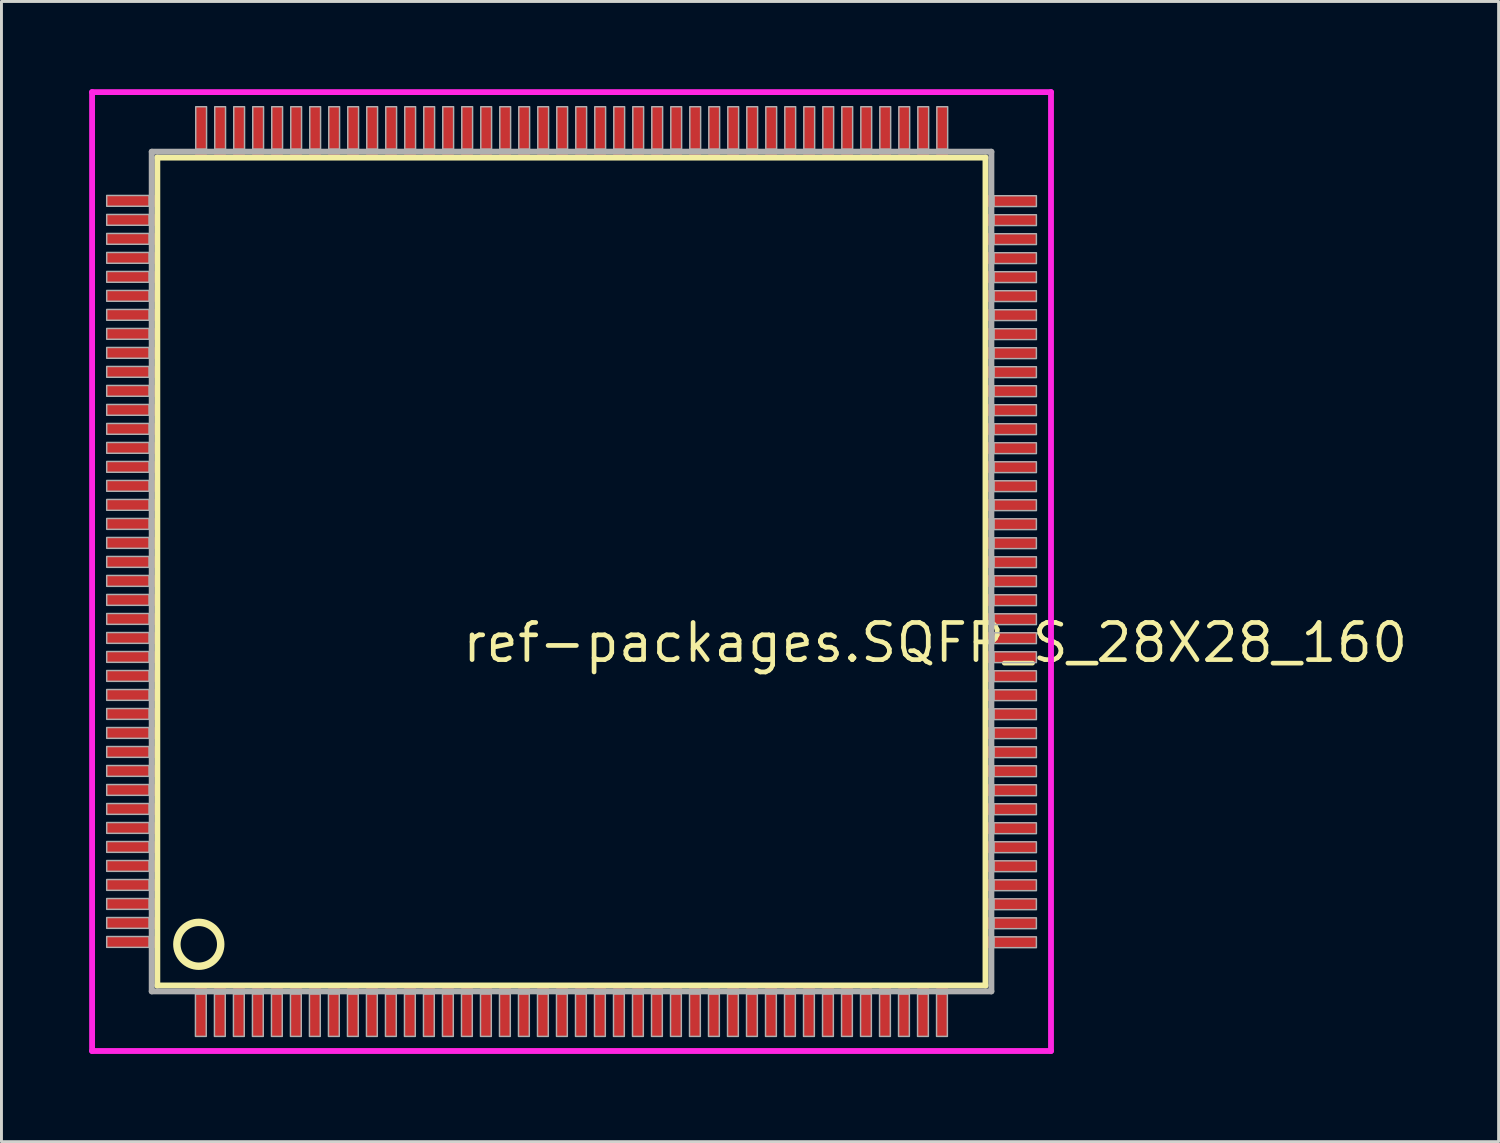
<source format=kicad_pcb>
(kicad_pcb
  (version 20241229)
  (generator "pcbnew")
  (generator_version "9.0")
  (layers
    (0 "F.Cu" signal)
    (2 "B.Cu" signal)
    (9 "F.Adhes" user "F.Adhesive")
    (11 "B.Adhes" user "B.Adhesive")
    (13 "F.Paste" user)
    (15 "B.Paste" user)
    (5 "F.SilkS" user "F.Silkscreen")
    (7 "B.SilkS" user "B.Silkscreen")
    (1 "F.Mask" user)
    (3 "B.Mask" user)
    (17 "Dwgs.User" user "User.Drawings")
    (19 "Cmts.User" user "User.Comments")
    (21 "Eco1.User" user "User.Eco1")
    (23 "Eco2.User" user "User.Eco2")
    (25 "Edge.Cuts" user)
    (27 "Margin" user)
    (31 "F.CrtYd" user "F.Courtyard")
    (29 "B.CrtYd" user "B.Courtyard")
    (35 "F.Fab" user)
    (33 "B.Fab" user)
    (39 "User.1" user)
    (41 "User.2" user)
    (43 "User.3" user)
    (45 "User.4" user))
  (footprint "ref-packages.SQFP_S_28X28_160"
    (layer "F.Cu")
    (at 16.5 16.5)
    (property "Reference" "ref-packages.SQFP_S_28X28_160" (at -3.81 3.175 0) (layer "F.SilkS") (effects (font (size 1.27 1.27) (thickness 0.16)) (justify left bottom)))
    (attr smd)
    (fp_line (start -14.17 -14.16) (end 14.16 -14.16) (stroke (width 0.203) (type default)) (layer "F.SilkS"))
    (fp_line (start -14.17 14.16) (end -14.17 -14.16) (stroke (width 0.203) (type default)) (layer "F.SilkS"))
    (fp_line (start 14.16 -14.16) (end 14.16 14.16) (stroke (width 0.203) (type default)) (layer "F.SilkS"))
    (fp_line (start 14.16 14.16) (end -14.17 14.16) (stroke (width 0.203) (type default)) (layer "F.SilkS"))
    (fp_circle (center -12.75 12.75) (end -12 12.75) (stroke (width 0.254) (type default)) (fill no) (layer "F.SilkS"))
    (fp_line (start -16.4 -16.4) (end 16.4 -16.4) (stroke (width 0.2) (type default)) (layer "F.CrtYd"))
    (fp_line (start -16.4 16.4) (end -16.4 -16.4) (stroke (width 0.2) (type default)) (layer "F.CrtYd"))
    (fp_line (start 16.4 -16.4) (end 16.4 16.4) (stroke (width 0.2) (type default)) (layer "F.CrtYd"))
    (fp_line (start 16.4 16.4) (end -16.4 16.4) (stroke (width 0.2) (type default)) (layer "F.CrtYd"))
    (fp_line (start -14.36 -14.36) (end -14.36 14.36) (stroke (width 0.203) (type default)) (layer "F.Fab"))
    (fp_line (start -14.36 14.36) (end 14.36 14.36) (stroke (width 0.203) (type default)) (layer "F.Fab"))
    (fp_line (start 14.36 -14.36) (end -14.36 -14.36) (stroke (width 0.203) (type default)) (layer "F.Fab"))
    (fp_line (start 14.36 14.36) (end 14.36 -14.36) (stroke (width 0.203) (type default)) (layer "F.Fab"))
    (fp_rect (start -15.9 -12.495) (end -14.45 -12.865) (stroke (width 0.05) (type default)) (fill no) (layer "F.Fab"))
    (fp_rect (start -15.9 -11.845) (end -14.45 -12.215) (stroke (width 0.05) (type default)) (fill no) (layer "F.Fab"))
    (fp_rect (start -15.9 -11.195) (end -14.45 -11.565) (stroke (width 0.05) (type default)) (fill no) (layer "F.Fab"))
    (fp_rect (start -15.9 -10.545) (end -14.45 -10.915) (stroke (width 0.05) (type default)) (fill no) (layer "F.Fab"))
    (fp_rect (start -15.9 -9.895) (end -14.45 -10.265) (stroke (width 0.05) (type default)) (fill no) (layer "F.Fab"))
    (fp_rect (start -15.9 -9.245) (end -14.45 -9.615) (stroke (width 0.05) (type default)) (fill no) (layer "F.Fab"))
    (fp_rect (start -15.9 -8.595) (end -14.45 -8.965) (stroke (width 0.05) (type default)) (fill no) (layer "F.Fab"))
    (fp_rect (start -15.9 -7.945) (end -14.45 -8.315) (stroke (width 0.05) (type default)) (fill no) (layer "F.Fab"))
    (fp_rect (start -15.9 -7.295) (end -14.45 -7.665) (stroke (width 0.05) (type default)) (fill no) (layer "F.Fab"))
    (fp_rect (start -15.9 -6.645) (end -14.45 -7.015) (stroke (width 0.05) (type default)) (fill no) (layer "F.Fab"))
    (fp_rect (start -15.9 -5.995) (end -14.45 -6.365) (stroke (width 0.05) (type default)) (fill no) (layer "F.Fab"))
    (fp_rect (start -15.9 -5.345) (end -14.45 -5.715) (stroke (width 0.05) (type default)) (fill no) (layer "F.Fab"))
    (fp_rect (start -15.9 -4.695) (end -14.45 -5.065) (stroke (width 0.05) (type default)) (fill no) (layer "F.Fab"))
    (fp_rect (start -15.9 -4.045) (end -14.45 -4.415) (stroke (width 0.05) (type default)) (fill no) (layer "F.Fab"))
    (fp_rect (start -15.9 -3.395) (end -14.45 -3.765) (stroke (width 0.05) (type default)) (fill no) (layer "F.Fab"))
    (fp_rect (start -15.9 -2.745) (end -14.45 -3.115) (stroke (width 0.05) (type default)) (fill no) (layer "F.Fab"))
    (fp_rect (start -15.9 -2.095) (end -14.45 -2.465) (stroke (width 0.05) (type default)) (fill no) (layer "F.Fab"))
    (fp_rect (start -15.9 -1.445) (end -14.45 -1.815) (stroke (width 0.05) (type default)) (fill no) (layer "F.Fab"))
    (fp_rect (start -15.9 -0.795) (end -14.45 -1.165) (stroke (width 0.05) (type default)) (fill no) (layer "F.Fab"))
    (fp_rect (start -15.9 -0.145) (end -14.45 -0.515) (stroke (width 0.05) (type default)) (fill no) (layer "F.Fab"))
    (fp_rect (start -15.9 0.505) (end -14.45 0.135) (stroke (width 0.05) (type default)) (fill no) (layer "F.Fab"))
    (fp_rect (start -15.9 1.155) (end -14.45 0.785) (stroke (width 0.05) (type default)) (fill no) (layer "F.Fab"))
    (fp_rect (start -15.9 1.805) (end -14.45 1.435) (stroke (width 0.05) (type default)) (fill no) (layer "F.Fab"))
    (fp_rect (start -15.9 2.455) (end -14.45 2.085) (stroke (width 0.05) (type default)) (fill no) (layer "F.Fab"))
    (fp_rect (start -15.9 3.105) (end -14.45 2.735) (stroke (width 0.05) (type default)) (fill no) (layer "F.Fab"))
    (fp_rect (start -15.9 3.755) (end -14.45 3.385) (stroke (width 0.05) (type default)) (fill no) (layer "F.Fab"))
    (fp_rect (start -15.9 4.405) (end -14.45 4.035) (stroke (width 0.05) (type default)) (fill no) (layer "F.Fab"))
    (fp_rect (start -15.9 5.055) (end -14.45 4.685) (stroke (width 0.05) (type default)) (fill no) (layer "F.Fab"))
    (fp_rect (start -15.9 5.705) (end -14.45 5.335) (stroke (width 0.05) (type default)) (fill no) (layer "F.Fab"))
    (fp_rect (start -15.9 6.355) (end -14.45 5.985) (stroke (width 0.05) (type default)) (fill no) (layer "F.Fab"))
    (fp_rect (start -15.9 7.005) (end -14.45 6.635) (stroke (width 0.05) (type default)) (fill no) (layer "F.Fab"))
    (fp_rect (start -15.9 7.655) (end -14.45 7.285) (stroke (width 0.05) (type default)) (fill no) (layer "F.Fab"))
    (fp_rect (start -15.9 8.305) (end -14.45 7.935) (stroke (width 0.05) (type default)) (fill no) (layer "F.Fab"))
    (fp_rect (start -15.9 8.955) (end -14.45 8.585) (stroke (width 0.05) (type default)) (fill no) (layer "F.Fab"))
    (fp_rect (start -15.9 9.605) (end -14.45 9.235) (stroke (width 0.05) (type default)) (fill no) (layer "F.Fab"))
    (fp_rect (start -15.9 10.255) (end -14.45 9.885) (stroke (width 0.05) (type default)) (fill no) (layer "F.Fab"))
    (fp_rect (start -15.9 10.905) (end -14.45 10.535) (stroke (width 0.05) (type default)) (fill no) (layer "F.Fab"))
    (fp_rect (start -15.9 11.555) (end -14.45 11.185) (stroke (width 0.05) (type default)) (fill no) (layer "F.Fab"))
    (fp_rect (start -15.9 12.205) (end -14.45 11.835) (stroke (width 0.05) (type default)) (fill no) (layer "F.Fab"))
    (fp_rect (start -15.9 12.855) (end -14.45 12.485) (stroke (width 0.05) (type default)) (fill no) (layer "F.Fab"))
    (fp_rect (start -12.865 15.9) (end -12.495 14.45) (stroke (width 0.05) (type default)) (fill no) (layer "F.Fab"))
    (fp_rect (start -12.855 -14.45) (end -12.485 -15.9) (stroke (width 0.05) (type default)) (fill no) (layer "F.Fab"))
    (fp_rect (start -12.215 15.9) (end -11.845 14.45) (stroke (width 0.05) (type default)) (fill no) (layer "F.Fab"))
    (fp_rect (start -12.205 -14.45) (end -11.835 -15.9) (stroke (width 0.05) (type default)) (fill no) (layer "F.Fab"))
    (fp_rect (start -11.565 15.9) (end -11.195 14.45) (stroke (width 0.05) (type default)) (fill no) (layer "F.Fab"))
    (fp_rect (start -11.555 -14.45) (end -11.185 -15.9) (stroke (width 0.05) (type default)) (fill no) (layer "F.Fab"))
    (fp_rect (start -10.915 15.9) (end -10.545 14.45) (stroke (width 0.05) (type default)) (fill no) (layer "F.Fab"))
    (fp_rect (start -10.905 -14.45) (end -10.535 -15.9) (stroke (width 0.05) (type default)) (fill no) (layer "F.Fab"))
    (fp_rect (start -10.265 15.9) (end -9.895 14.45) (stroke (width 0.05) (type default)) (fill no) (layer "F.Fab"))
    (fp_rect (start -10.255 -14.45) (end -9.885 -15.9) (stroke (width 0.05) (type default)) (fill no) (layer "F.Fab"))
    (fp_rect (start -9.615 15.9) (end -9.245 14.45) (stroke (width 0.05) (type default)) (fill no) (layer "F.Fab"))
    (fp_rect (start -9.605 -14.45) (end -9.235 -15.9) (stroke (width 0.05) (type default)) (fill no) (layer "F.Fab"))
    (fp_rect (start -8.965 15.9) (end -8.595 14.45) (stroke (width 0.05) (type default)) (fill no) (layer "F.Fab"))
    (fp_rect (start -8.955 -14.45) (end -8.585 -15.9) (stroke (width 0.05) (type default)) (fill no) (layer "F.Fab"))
    (fp_rect (start -8.315 15.9) (end -7.945 14.45) (stroke (width 0.05) (type default)) (fill no) (layer "F.Fab"))
    (fp_rect (start -8.305 -14.45) (end -7.935 -15.9) (stroke (width 0.05) (type default)) (fill no) (layer "F.Fab"))
    (fp_rect (start -7.665 15.9) (end -7.295 14.45) (stroke (width 0.05) (type default)) (fill no) (layer "F.Fab"))
    (fp_rect (start -7.655 -14.45) (end -7.285 -15.9) (stroke (width 0.05) (type default)) (fill no) (layer "F.Fab"))
    (fp_rect (start -7.015 15.9) (end -6.645 14.45) (stroke (width 0.05) (type default)) (fill no) (layer "F.Fab"))
    (fp_rect (start -7.005 -14.45) (end -6.635 -15.9) (stroke (width 0.05) (type default)) (fill no) (layer "F.Fab"))
    (fp_rect (start -6.365 15.9) (end -5.995 14.45) (stroke (width 0.05) (type default)) (fill no) (layer "F.Fab"))
    (fp_rect (start -6.355 -14.45) (end -5.985 -15.9) (stroke (width 0.05) (type default)) (fill no) (layer "F.Fab"))
    (fp_rect (start -5.715 15.9) (end -5.345 14.45) (stroke (width 0.05) (type default)) (fill no) (layer "F.Fab"))
    (fp_rect (start -5.705 -14.45) (end -5.335 -15.9) (stroke (width 0.05) (type default)) (fill no) (layer "F.Fab"))
    (fp_rect (start -5.065 15.9) (end -4.695 14.45) (stroke (width 0.05) (type default)) (fill no) (layer "F.Fab"))
    (fp_rect (start -5.055 -14.45) (end -4.685 -15.9) (stroke (width 0.05) (type default)) (fill no) (layer "F.Fab"))
    (fp_rect (start -4.415 15.9) (end -4.045 14.45) (stroke (width 0.05) (type default)) (fill no) (layer "F.Fab"))
    (fp_rect (start -4.405 -14.45) (end -4.035 -15.9) (stroke (width 0.05) (type default)) (fill no) (layer "F.Fab"))
    (fp_rect (start -3.765 15.9) (end -3.395 14.45) (stroke (width 0.05) (type default)) (fill no) (layer "F.Fab"))
    (fp_rect (start -3.755 -14.45) (end -3.385 -15.9) (stroke (width 0.05) (type default)) (fill no) (layer "F.Fab"))
    (fp_rect (start -3.115 15.9) (end -2.745 14.45) (stroke (width 0.05) (type default)) (fill no) (layer "F.Fab"))
    (fp_rect (start -3.105 -14.45) (end -2.735 -15.9) (stroke (width 0.05) (type default)) (fill no) (layer "F.Fab"))
    (fp_rect (start -2.465 15.9) (end -2.095 14.45) (stroke (width 0.05) (type default)) (fill no) (layer "F.Fab"))
    (fp_rect (start -2.455 -14.45) (end -2.085 -15.9) (stroke (width 0.05) (type default)) (fill no) (layer "F.Fab"))
    (fp_rect (start -1.815 15.9) (end -1.445 14.45) (stroke (width 0.05) (type default)) (fill no) (layer "F.Fab"))
    (fp_rect (start -1.805 -14.45) (end -1.435 -15.9) (stroke (width 0.05) (type default)) (fill no) (layer "F.Fab"))
    (fp_rect (start -1.165 15.9) (end -0.795 14.45) (stroke (width 0.05) (type default)) (fill no) (layer "F.Fab"))
    (fp_rect (start -1.155 -14.45) (end -0.785 -15.9) (stroke (width 0.05) (type default)) (fill no) (layer "F.Fab"))
    (fp_rect (start -0.515 15.9) (end -0.145 14.45) (stroke (width 0.05) (type default)) (fill no) (layer "F.Fab"))
    (fp_rect (start -0.505 -14.45) (end -0.135 -15.9) (stroke (width 0.05) (type default)) (fill no) (layer "F.Fab"))
    (fp_rect (start 0.135 15.9) (end 0.505 14.45) (stroke (width 0.05) (type default)) (fill no) (layer "F.Fab"))
    (fp_rect (start 0.145 -14.45) (end 0.515 -15.9) (stroke (width 0.05) (type default)) (fill no) (layer "F.Fab"))
    (fp_rect (start 0.785 15.9) (end 1.155 14.45) (stroke (width 0.05) (type default)) (fill no) (layer "F.Fab"))
    (fp_rect (start 0.795 -14.45) (end 1.165 -15.9) (stroke (width 0.05) (type default)) (fill no) (layer "F.Fab"))
    (fp_rect (start 1.435 15.9) (end 1.805 14.45) (stroke (width 0.05) (type default)) (fill no) (layer "F.Fab"))
    (fp_rect (start 1.445 -14.45) (end 1.815 -15.9) (stroke (width 0.05) (type default)) (fill no) (layer "F.Fab"))
    (fp_rect (start 2.085 15.9) (end 2.455 14.45) (stroke (width 0.05) (type default)) (fill no) (layer "F.Fab"))
    (fp_rect (start 2.095 -14.45) (end 2.465 -15.9) (stroke (width 0.05) (type default)) (fill no) (layer "F.Fab"))
    (fp_rect (start 2.735 15.9) (end 3.105 14.45) (stroke (width 0.05) (type default)) (fill no) (layer "F.Fab"))
    (fp_rect (start 2.745 -14.45) (end 3.115 -15.9) (stroke (width 0.05) (type default)) (fill no) (layer "F.Fab"))
    (fp_rect (start 3.385 15.9) (end 3.755 14.45) (stroke (width 0.05) (type default)) (fill no) (layer "F.Fab"))
    (fp_rect (start 3.395 -14.45) (end 3.765 -15.9) (stroke (width 0.05) (type default)) (fill no) (layer "F.Fab"))
    (fp_rect (start 4.035 15.9) (end 4.405 14.45) (stroke (width 0.05) (type default)) (fill no) (layer "F.Fab"))
    (fp_rect (start 4.045 -14.45) (end 4.415 -15.9) (stroke (width 0.05) (type default)) (fill no) (layer "F.Fab"))
    (fp_rect (start 4.685 15.9) (end 5.055 14.45) (stroke (width 0.05) (type default)) (fill no) (layer "F.Fab"))
    (fp_rect (start 4.695 -14.45) (end 5.065 -15.9) (stroke (width 0.05) (type default)) (fill no) (layer "F.Fab"))
    (fp_rect (start 5.335 15.9) (end 5.705 14.45) (stroke (width 0.05) (type default)) (fill no) (layer "F.Fab"))
    (fp_rect (start 5.345 -14.45) (end 5.715 -15.9) (stroke (width 0.05) (type default)) (fill no) (layer "F.Fab"))
    (fp_rect (start 5.985 15.9) (end 6.355 14.45) (stroke (width 0.05) (type default)) (fill no) (layer "F.Fab"))
    (fp_rect (start 5.995 -14.45) (end 6.365 -15.9) (stroke (width 0.05) (type default)) (fill no) (layer "F.Fab"))
    (fp_rect (start 6.635 15.9) (end 7.005 14.45) (stroke (width 0.05) (type default)) (fill no) (layer "F.Fab"))
    (fp_rect (start 6.645 -14.45) (end 7.015 -15.9) (stroke (width 0.05) (type default)) (fill no) (layer "F.Fab"))
    (fp_rect (start 7.285 15.9) (end 7.655 14.45) (stroke (width 0.05) (type default)) (fill no) (layer "F.Fab"))
    (fp_rect (start 7.295 -14.45) (end 7.665 -15.9) (stroke (width 0.05) (type default)) (fill no) (layer "F.Fab"))
    (fp_rect (start 7.935 15.9) (end 8.305 14.45) (stroke (width 0.05) (type default)) (fill no) (layer "F.Fab"))
    (fp_rect (start 7.945 -14.45) (end 8.315 -15.9) (stroke (width 0.05) (type default)) (fill no) (layer "F.Fab"))
    (fp_rect (start 8.585 15.9) (end 8.955 14.45) (stroke (width 0.05) (type default)) (fill no) (layer "F.Fab"))
    (fp_rect (start 8.595 -14.45) (end 8.965 -15.9) (stroke (width 0.05) (type default)) (fill no) (layer "F.Fab"))
    (fp_rect (start 9.235 15.9) (end 9.605 14.45) (stroke (width 0.05) (type default)) (fill no) (layer "F.Fab"))
    (fp_rect (start 9.245 -14.45) (end 9.615 -15.9) (stroke (width 0.05) (type default)) (fill no) (layer "F.Fab"))
    (fp_rect (start 9.885 15.9) (end 10.255 14.45) (stroke (width 0.05) (type default)) (fill no) (layer "F.Fab"))
    (fp_rect (start 9.895 -14.45) (end 10.265 -15.9) (stroke (width 0.05) (type default)) (fill no) (layer "F.Fab"))
    (fp_rect (start 10.535 15.9) (end 10.905 14.45) (stroke (width 0.05) (type default)) (fill no) (layer "F.Fab"))
    (fp_rect (start 10.545 -14.45) (end 10.915 -15.9) (stroke (width 0.05) (type default)) (fill no) (layer "F.Fab"))
    (fp_rect (start 11.185 15.9) (end 11.555 14.45) (stroke (width 0.05) (type default)) (fill no) (layer "F.Fab"))
    (fp_rect (start 11.195 -14.45) (end 11.565 -15.9) (stroke (width 0.05) (type default)) (fill no) (layer "F.Fab"))
    (fp_rect (start 11.835 15.9) (end 12.205 14.45) (stroke (width 0.05) (type default)) (fill no) (layer "F.Fab"))
    (fp_rect (start 11.845 -14.45) (end 12.215 -15.9) (stroke (width 0.05) (type default)) (fill no) (layer "F.Fab"))
    (fp_rect (start 12.485 15.9) (end 12.855 14.45) (stroke (width 0.05) (type default)) (fill no) (layer "F.Fab"))
    (fp_rect (start 12.495 -14.45) (end 12.865 -15.9) (stroke (width 0.05) (type default)) (fill no) (layer "F.Fab"))
    (fp_rect (start 14.45 -12.485) (end 15.9 -12.855) (stroke (width 0.05) (type default)) (fill no) (layer "F.Fab"))
    (fp_rect (start 14.45 -11.835) (end 15.9 -12.205) (stroke (width 0.05) (type default)) (fill no) (layer "F.Fab"))
    (fp_rect (start 14.45 -11.185) (end 15.9 -11.555) (stroke (width 0.05) (type default)) (fill no) (layer "F.Fab"))
    (fp_rect (start 14.45 -10.535) (end 15.9 -10.905) (stroke (width 0.05) (type default)) (fill no) (layer "F.Fab"))
    (fp_rect (start 14.45 -9.885) (end 15.9 -10.255) (stroke (width 0.05) (type default)) (fill no) (layer "F.Fab"))
    (fp_rect (start 14.45 -9.235) (end 15.9 -9.605) (stroke (width 0.05) (type default)) (fill no) (layer "F.Fab"))
    (fp_rect (start 14.45 -8.585) (end 15.9 -8.955) (stroke (width 0.05) (type default)) (fill no) (layer "F.Fab"))
    (fp_rect (start 14.45 -7.935) (end 15.9 -8.305) (stroke (width 0.05) (type default)) (fill no) (layer "F.Fab"))
    (fp_rect (start 14.45 -7.285) (end 15.9 -7.655) (stroke (width 0.05) (type default)) (fill no) (layer "F.Fab"))
    (fp_rect (start 14.45 -6.635) (end 15.9 -7.005) (stroke (width 0.05) (type default)) (fill no) (layer "F.Fab"))
    (fp_rect (start 14.45 -5.985) (end 15.9 -6.355) (stroke (width 0.05) (type default)) (fill no) (layer "F.Fab"))
    (fp_rect (start 14.45 -5.335) (end 15.9 -5.705) (stroke (width 0.05) (type default)) (fill no) (layer "F.Fab"))
    (fp_rect (start 14.45 -4.685) (end 15.9 -5.055) (stroke (width 0.05) (type default)) (fill no) (layer "F.Fab"))
    (fp_rect (start 14.45 -4.035) (end 15.9 -4.405) (stroke (width 0.05) (type default)) (fill no) (layer "F.Fab"))
    (fp_rect (start 14.45 -3.385) (end 15.9 -3.755) (stroke (width 0.05) (type default)) (fill no) (layer "F.Fab"))
    (fp_rect (start 14.45 -2.735) (end 15.9 -3.105) (stroke (width 0.05) (type default)) (fill no) (layer "F.Fab"))
    (fp_rect (start 14.45 -2.085) (end 15.9 -2.455) (stroke (width 0.05) (type default)) (fill no) (layer "F.Fab"))
    (fp_rect (start 14.45 -1.435) (end 15.9 -1.805) (stroke (width 0.05) (type default)) (fill no) (layer "F.Fab"))
    (fp_rect (start 14.45 -0.785) (end 15.9 -1.155) (stroke (width 0.05) (type default)) (fill no) (layer "F.Fab"))
    (fp_rect (start 14.45 -0.135) (end 15.9 -0.505) (stroke (width 0.05) (type default)) (fill no) (layer "F.Fab"))
    (fp_rect (start 14.45 0.515) (end 15.9 0.145) (stroke (width 0.05) (type default)) (fill no) (layer "F.Fab"))
    (fp_rect (start 14.45 1.165) (end 15.9 0.795) (stroke (width 0.05) (type default)) (fill no) (layer "F.Fab"))
    (fp_rect (start 14.45 1.815) (end 15.9 1.445) (stroke (width 0.05) (type default)) (fill no) (layer "F.Fab"))
    (fp_rect (start 14.45 2.465) (end 15.9 2.095) (stroke (width 0.05) (type default)) (fill no) (layer "F.Fab"))
    (fp_rect (start 14.45 3.115) (end 15.9 2.745) (stroke (width 0.05) (type default)) (fill no) (layer "F.Fab"))
    (fp_rect (start 14.45 3.765) (end 15.9 3.395) (stroke (width 0.05) (type default)) (fill no) (layer "F.Fab"))
    (fp_rect (start 14.45 4.415) (end 15.9 4.045) (stroke (width 0.05) (type default)) (fill no) (layer "F.Fab"))
    (fp_rect (start 14.45 5.065) (end 15.9 4.695) (stroke (width 0.05) (type default)) (fill no) (layer "F.Fab"))
    (fp_rect (start 14.45 5.715) (end 15.9 5.345) (stroke (width 0.05) (type default)) (fill no) (layer "F.Fab"))
    (fp_rect (start 14.45 6.365) (end 15.9 5.995) (stroke (width 0.05) (type default)) (fill no) (layer "F.Fab"))
    (fp_rect (start 14.45 7.015) (end 15.9 6.645) (stroke (width 0.05) (type default)) (fill no) (layer "F.Fab"))
    (fp_rect (start 14.45 7.665) (end 15.9 7.295) (stroke (width 0.05) (type default)) (fill no) (layer "F.Fab"))
    (fp_rect (start 14.45 8.315) (end 15.9 7.945) (stroke (width 0.05) (type default)) (fill no) (layer "F.Fab"))
    (fp_rect (start 14.45 8.965) (end 15.9 8.595) (stroke (width 0.05) (type default)) (fill no) (layer "F.Fab"))
    (fp_rect (start 14.45 9.615) (end 15.9 9.245) (stroke (width 0.05) (type default)) (fill no) (layer "F.Fab"))
    (fp_rect (start 14.45 10.265) (end 15.9 9.895) (stroke (width 0.05) (type default)) (fill no) (layer "F.Fab"))
    (fp_rect (start 14.45 10.915) (end 15.9 10.545) (stroke (width 0.05) (type default)) (fill no) (layer "F.Fab"))
    (fp_rect (start 14.45 11.565) (end 15.9 11.195) (stroke (width 0.05) (type default)) (fill no) (layer "F.Fab"))
    (fp_rect (start 14.45 12.215) (end 15.9 11.845) (stroke (width 0.05) (type default)) (fill no) (layer "F.Fab"))
    (fp_rect (start 14.45 12.865) (end 15.9 12.495) (stroke (width 0.05) (type default)) (fill no) (layer "F.Fab"))
    (pad "1" smd roundrect (at -12.675 15) (size 0.4 1.8) (layers "F.Cu" "F.Mask" "F.Paste") (roundrect_rratio 0.01))
    (pad "2" smd roundrect (at -12.025 15) (size 0.4 1.8) (layers "F.Cu" "F.Mask" "F.Paste") (roundrect_rratio 0.01))
    (pad "3" smd roundrect (at -11.375 15) (size 0.4 1.8) (layers "F.Cu" "F.Mask" "F.Paste") (roundrect_rratio 0.01))
    (pad "4" smd roundrect (at -10.725 15) (size 0.4 1.8) (layers "F.Cu" "F.Mask" "F.Paste") (roundrect_rratio 0.01))
    (pad "5" smd roundrect (at -10.075 15) (size 0.4 1.8) (layers "F.Cu" "F.Mask" "F.Paste") (roundrect_rratio 0.01))
    (pad "6" smd roundrect (at -9.425 15) (size 0.4 1.8) (layers "F.Cu" "F.Mask" "F.Paste") (roundrect_rratio 0.01))
    (pad "7" smd roundrect (at -8.775 15) (size 0.4 1.8) (layers "F.Cu" "F.Mask" "F.Paste") (roundrect_rratio 0.01))
    (pad "8" smd roundrect (at -8.125 15) (size 0.4 1.8) (layers "F.Cu" "F.Mask" "F.Paste") (roundrect_rratio 0.01))
    (pad "9" smd roundrect (at -7.475 15) (size 0.4 1.8) (layers "F.Cu" "F.Mask" "F.Paste") (roundrect_rratio 0.01))
    (pad "10" smd roundrect (at -6.825 15) (size 0.4 1.8) (layers "F.Cu" "F.Mask" "F.Paste") (roundrect_rratio 0.01))
    (pad "11" smd roundrect (at -6.175 15) (size 0.4 1.8) (layers "F.Cu" "F.Mask" "F.Paste") (roundrect_rratio 0.01))
    (pad "12" smd roundrect (at -5.525 15) (size 0.4 1.8) (layers "F.Cu" "F.Mask" "F.Paste") (roundrect_rratio 0.01))
    (pad "13" smd roundrect (at -4.875 15) (size 0.4 1.8) (layers "F.Cu" "F.Mask" "F.Paste") (roundrect_rratio 0.01))
    (pad "14" smd roundrect (at -4.225 15) (size 0.4 1.8) (layers "F.Cu" "F.Mask" "F.Paste") (roundrect_rratio 0.01))
    (pad "15" smd roundrect (at -3.575 15) (size 0.4 1.8) (layers "F.Cu" "F.Mask" "F.Paste") (roundrect_rratio 0.01))
    (pad "16" smd roundrect (at -2.925 15) (size 0.4 1.8) (layers "F.Cu" "F.Mask" "F.Paste") (roundrect_rratio 0.01))
    (pad "17" smd roundrect (at -2.275 15) (size 0.4 1.8) (layers "F.Cu" "F.Mask" "F.Paste") (roundrect_rratio 0.01))
    (pad "18" smd roundrect (at -1.625 15) (size 0.4 1.8) (layers "F.Cu" "F.Mask" "F.Paste") (roundrect_rratio 0.01))
    (pad "19" smd roundrect (at -0.975 15) (size 0.4 1.8) (layers "F.Cu" "F.Mask" "F.Paste") (roundrect_rratio 0.01))
    (pad "20" smd roundrect (at -0.325 15) (size 0.4 1.8) (layers "F.Cu" "F.Mask" "F.Paste") (roundrect_rratio 0.01))
    (pad "21" smd roundrect (at 0.325 15) (size 0.4 1.8) (layers "F.Cu" "F.Mask" "F.Paste") (roundrect_rratio 0.01))
    (pad "22" smd roundrect (at 0.975 15) (size 0.4 1.8) (layers "F.Cu" "F.Mask" "F.Paste") (roundrect_rratio 0.01))
    (pad "23" smd roundrect (at 1.625 15) (size 0.4 1.8) (layers "F.Cu" "F.Mask" "F.Paste") (roundrect_rratio 0.01))
    (pad "24" smd roundrect (at 2.275 15) (size 0.4 1.8) (layers "F.Cu" "F.Mask" "F.Paste") (roundrect_rratio 0.01))
    (pad "25" smd roundrect (at 2.925 15) (size 0.4 1.8) (layers "F.Cu" "F.Mask" "F.Paste") (roundrect_rratio 0.01))
    (pad "26" smd roundrect (at 3.575 15) (size 0.4 1.8) (layers "F.Cu" "F.Mask" "F.Paste") (roundrect_rratio 0.01))
    (pad "27" smd roundrect (at 4.225 15) (size 0.4 1.8) (layers "F.Cu" "F.Mask" "F.Paste") (roundrect_rratio 0.01))
    (pad "28" smd roundrect (at 4.875 15) (size 0.4 1.8) (layers "F.Cu" "F.Mask" "F.Paste") (roundrect_rratio 0.01))
    (pad "29" smd roundrect (at 5.525 15) (size 0.4 1.8) (layers "F.Cu" "F.Mask" "F.Paste") (roundrect_rratio 0.01))
    (pad "30" smd roundrect (at 6.175 15) (size 0.4 1.8) (layers "F.Cu" "F.Mask" "F.Paste") (roundrect_rratio 0.01))
    (pad "31" smd roundrect (at 6.825 15) (size 0.4 1.8) (layers "F.Cu" "F.Mask" "F.Paste") (roundrect_rratio 0.01))
    (pad "32" smd roundrect (at 7.475 15) (size 0.4 1.8) (layers "F.Cu" "F.Mask" "F.Paste") (roundrect_rratio 0.01))
    (pad "33" smd roundrect (at 8.125 15) (size 0.4 1.8) (layers "F.Cu" "F.Mask" "F.Paste") (roundrect_rratio 0.01))
    (pad "34" smd roundrect (at 8.775 15) (size 0.4 1.8) (layers "F.Cu" "F.Mask" "F.Paste") (roundrect_rratio 0.01))
    (pad "35" smd roundrect (at 9.425 15) (size 0.4 1.8) (layers "F.Cu" "F.Mask" "F.Paste") (roundrect_rratio 0.01))
    (pad "36" smd roundrect (at 10.075 15) (size 0.4 1.8) (layers "F.Cu" "F.Mask" "F.Paste") (roundrect_rratio 0.01))
    (pad "37" smd roundrect (at 10.725 15) (size 0.4 1.8) (layers "F.Cu" "F.Mask" "F.Paste") (roundrect_rratio 0.01))
    (pad "38" smd roundrect (at 11.375 15) (size 0.4 1.8) (layers "F.Cu" "F.Mask" "F.Paste") (roundrect_rratio 0.01))
    (pad "39" smd roundrect (at 12.025 15) (size 0.4 1.8) (layers "F.Cu" "F.Mask" "F.Paste") (roundrect_rratio 0.01))
    (pad "40" smd roundrect (at 12.675 15) (size 0.4 1.8) (layers "F.Cu" "F.Mask" "F.Paste") (roundrect_rratio 0.01))
    (pad "41" smd roundrect (at 15 12.675) (size 1.8 0.4) (layers "F.Cu" "F.Mask" "F.Paste") (roundrect_rratio 0.01))
    (pad "42" smd roundrect (at 15 12.025) (size 1.8 0.4) (layers "F.Cu" "F.Mask" "F.Paste") (roundrect_rratio 0.01))
    (pad "43" smd roundrect (at 15 11.375) (size 1.8 0.4) (layers "F.Cu" "F.Mask" "F.Paste") (roundrect_rratio 0.01))
    (pad "44" smd roundrect (at 15 10.725) (size 1.8 0.4) (layers "F.Cu" "F.Mask" "F.Paste") (roundrect_rratio 0.01))
    (pad "45" smd roundrect (at 15 10.075) (size 1.8 0.4) (layers "F.Cu" "F.Mask" "F.Paste") (roundrect_rratio 0.01))
    (pad "46" smd roundrect (at 15 9.425) (size 1.8 0.4) (layers "F.Cu" "F.Mask" "F.Paste") (roundrect_rratio 0.01))
    (pad "47" smd roundrect (at 15 8.775) (size 1.8 0.4) (layers "F.Cu" "F.Mask" "F.Paste") (roundrect_rratio 0.01))
    (pad "48" smd roundrect (at 15 8.125) (size 1.8 0.4) (layers "F.Cu" "F.Mask" "F.Paste") (roundrect_rratio 0.01))
    (pad "49" smd roundrect (at 15 7.475) (size 1.8 0.4) (layers "F.Cu" "F.Mask" "F.Paste") (roundrect_rratio 0.01))
    (pad "50" smd roundrect (at 15 6.825) (size 1.8 0.4) (layers "F.Cu" "F.Mask" "F.Paste") (roundrect_rratio 0.01))
    (pad "51" smd roundrect (at 15 6.175) (size 1.8 0.4) (layers "F.Cu" "F.Mask" "F.Paste") (roundrect_rratio 0.01))
    (pad "52" smd roundrect (at 15 5.525) (size 1.8 0.4) (layers "F.Cu" "F.Mask" "F.Paste") (roundrect_rratio 0.01))
    (pad "53" smd roundrect (at 15 4.875) (size 1.8 0.4) (layers "F.Cu" "F.Mask" "F.Paste") (roundrect_rratio 0.01))
    (pad "54" smd roundrect (at 15 4.225) (size 1.8 0.4) (layers "F.Cu" "F.Mask" "F.Paste") (roundrect_rratio 0.01))
    (pad "55" smd roundrect (at 15 3.575) (size 1.8 0.4) (layers "F.Cu" "F.Mask" "F.Paste") (roundrect_rratio 0.01))
    (pad "56" smd roundrect (at 15 2.925) (size 1.8 0.4) (layers "F.Cu" "F.Mask" "F.Paste") (roundrect_rratio 0.01))
    (pad "57" smd roundrect (at 15 2.275) (size 1.8 0.4) (layers "F.Cu" "F.Mask" "F.Paste") (roundrect_rratio 0.01))
    (pad "58" smd roundrect (at 15 1.625) (size 1.8 0.4) (layers "F.Cu" "F.Mask" "F.Paste") (roundrect_rratio 0.01))
    (pad "59" smd roundrect (at 15 0.975) (size 1.8 0.4) (layers "F.Cu" "F.Mask" "F.Paste") (roundrect_rratio 0.01))
    (pad "60" smd roundrect (at 15 0.325) (size 1.8 0.4) (layers "F.Cu" "F.Mask" "F.Paste") (roundrect_rratio 0.01))
    (pad "61" smd roundrect (at 15 -0.325) (size 1.8 0.4) (layers "F.Cu" "F.Mask" "F.Paste") (roundrect_rratio 0.01))
    (pad "62" smd roundrect (at 15 -0.975) (size 1.8 0.4) (layers "F.Cu" "F.Mask" "F.Paste") (roundrect_rratio 0.01))
    (pad "63" smd roundrect (at 15 -1.625) (size 1.8 0.4) (layers "F.Cu" "F.Mask" "F.Paste") (roundrect_rratio 0.01))
    (pad "64" smd roundrect (at 15 -2.275) (size 1.8 0.4) (layers "F.Cu" "F.Mask" "F.Paste") (roundrect_rratio 0.01))
    (pad "65" smd roundrect (at 15 -2.925) (size 1.8 0.4) (layers "F.Cu" "F.Mask" "F.Paste") (roundrect_rratio 0.01))
    (pad "66" smd roundrect (at 15 -3.575) (size 1.8 0.4) (layers "F.Cu" "F.Mask" "F.Paste") (roundrect_rratio 0.01))
    (pad "67" smd roundrect (at 15 -4.225) (size 1.8 0.4) (layers "F.Cu" "F.Mask" "F.Paste") (roundrect_rratio 0.01))
    (pad "68" smd roundrect (at 15 -4.875) (size 1.8 0.4) (layers "F.Cu" "F.Mask" "F.Paste") (roundrect_rratio 0.01))
    (pad "69" smd roundrect (at 15 -5.525) (size 1.8 0.4) (layers "F.Cu" "F.Mask" "F.Paste") (roundrect_rratio 0.01))
    (pad "70" smd roundrect (at 15 -6.175) (size 1.8 0.4) (layers "F.Cu" "F.Mask" "F.Paste") (roundrect_rratio 0.01))
    (pad "71" smd roundrect (at 15 -6.825) (size 1.8 0.4) (layers "F.Cu" "F.Mask" "F.Paste") (roundrect_rratio 0.01))
    (pad "72" smd roundrect (at 15 -7.475) (size 1.8 0.4) (layers "F.Cu" "F.Mask" "F.Paste") (roundrect_rratio 0.01))
    (pad "73" smd roundrect (at 15 -8.125) (size 1.8 0.4) (layers "F.Cu" "F.Mask" "F.Paste") (roundrect_rratio 0.01))
    (pad "74" smd roundrect (at 15 -8.775) (size 1.8 0.4) (layers "F.Cu" "F.Mask" "F.Paste") (roundrect_rratio 0.01))
    (pad "75" smd roundrect (at 15 -9.425) (size 1.8 0.4) (layers "F.Cu" "F.Mask" "F.Paste") (roundrect_rratio 0.01))
    (pad "76" smd roundrect (at 15 -10.075) (size 1.8 0.4) (layers "F.Cu" "F.Mask" "F.Paste") (roundrect_rratio 0.01))
    (pad "77" smd roundrect (at 15 -10.725) (size 1.8 0.4) (layers "F.Cu" "F.Mask" "F.Paste") (roundrect_rratio 0.01))
    (pad "78" smd roundrect (at 15 -11.375) (size 1.8 0.4) (layers "F.Cu" "F.Mask" "F.Paste") (roundrect_rratio 0.01))
    (pad "79" smd roundrect (at 15 -12.025) (size 1.8 0.4) (layers "F.Cu" "F.Mask" "F.Paste") (roundrect_rratio 0.01))
    (pad "80" smd roundrect (at 15 -12.675) (size 1.8 0.4) (layers "F.Cu" "F.Mask" "F.Paste") (roundrect_rratio 0.01))
    (pad "81" smd roundrect (at 12.675 -15) (size 0.4 1.8) (layers "F.Cu" "F.Mask" "F.Paste") (roundrect_rratio 0.01))
    (pad "82" smd roundrect (at 12.025 -15) (size 0.4 1.8) (layers "F.Cu" "F.Mask" "F.Paste") (roundrect_rratio 0.01))
    (pad "83" smd roundrect (at 11.375 -15) (size 0.4 1.8) (layers "F.Cu" "F.Mask" "F.Paste") (roundrect_rratio 0.01))
    (pad "84" smd roundrect (at 10.725 -15) (size 0.4 1.8) (layers "F.Cu" "F.Mask" "F.Paste") (roundrect_rratio 0.01))
    (pad "85" smd roundrect (at 10.075 -15) (size 0.4 1.8) (layers "F.Cu" "F.Mask" "F.Paste") (roundrect_rratio 0.01))
    (pad "86" smd roundrect (at 9.425 -15) (size 0.4 1.8) (layers "F.Cu" "F.Mask" "F.Paste") (roundrect_rratio 0.01))
    (pad "87" smd roundrect (at 8.775 -15) (size 0.4 1.8) (layers "F.Cu" "F.Mask" "F.Paste") (roundrect_rratio 0.01))
    (pad "88" smd roundrect (at 8.125 -15) (size 0.4 1.8) (layers "F.Cu" "F.Mask" "F.Paste") (roundrect_rratio 0.01))
    (pad "89" smd roundrect (at 7.475 -15) (size 0.4 1.8) (layers "F.Cu" "F.Mask" "F.Paste") (roundrect_rratio 0.01))
    (pad "90" smd roundrect (at 6.825 -15) (size 0.4 1.8) (layers "F.Cu" "F.Mask" "F.Paste") (roundrect_rratio 0.01))
    (pad "91" smd roundrect (at 6.175 -15) (size 0.4 1.8) (layers "F.Cu" "F.Mask" "F.Paste") (roundrect_rratio 0.01))
    (pad "92" smd roundrect (at 5.525 -15) (size 0.4 1.8) (layers "F.Cu" "F.Mask" "F.Paste") (roundrect_rratio 0.01))
    (pad "93" smd roundrect (at 4.875 -15) (size 0.4 1.8) (layers "F.Cu" "F.Mask" "F.Paste") (roundrect_rratio 0.01))
    (pad "94" smd roundrect (at 4.225 -15) (size 0.4 1.8) (layers "F.Cu" "F.Mask" "F.Paste") (roundrect_rratio 0.01))
    (pad "95" smd roundrect (at 3.575 -15) (size 0.4 1.8) (layers "F.Cu" "F.Mask" "F.Paste") (roundrect_rratio 0.01))
    (pad "96" smd roundrect (at 2.925 -15) (size 0.4 1.8) (layers "F.Cu" "F.Mask" "F.Paste") (roundrect_rratio 0.01))
    (pad "97" smd roundrect (at 2.275 -15) (size 0.4 1.8) (layers "F.Cu" "F.Mask" "F.Paste") (roundrect_rratio 0.01))
    (pad "98" smd roundrect (at 1.625 -15) (size 0.4 1.8) (layers "F.Cu" "F.Mask" "F.Paste") (roundrect_rratio 0.01))
    (pad "99" smd roundrect (at 0.975 -15) (size 0.4 1.8) (layers "F.Cu" "F.Mask" "F.Paste") (roundrect_rratio 0.01))
    (pad "100" smd roundrect (at 0.325 -15) (size 0.4 1.8) (layers "F.Cu" "F.Mask" "F.Paste") (roundrect_rratio 0.01))
    (pad "101" smd roundrect (at -0.325 -15) (size 0.4 1.8) (layers "F.Cu" "F.Mask" "F.Paste") (roundrect_rratio 0.01))
    (pad "102" smd roundrect (at -0.975 -15) (size 0.4 1.8) (layers "F.Cu" "F.Mask" "F.Paste") (roundrect_rratio 0.01))
    (pad "103" smd roundrect (at -1.625 -15) (size 0.4 1.8) (layers "F.Cu" "F.Mask" "F.Paste") (roundrect_rratio 0.01))
    (pad "104" smd roundrect (at -2.275 -15) (size 0.4 1.8) (layers "F.Cu" "F.Mask" "F.Paste") (roundrect_rratio 0.01))
    (pad "105" smd roundrect (at -2.925 -15) (size 0.4 1.8) (layers "F.Cu" "F.Mask" "F.Paste") (roundrect_rratio 0.01))
    (pad "106" smd roundrect (at -3.575 -15) (size 0.4 1.8) (layers "F.Cu" "F.Mask" "F.Paste") (roundrect_rratio 0.01))
    (pad "107" smd roundrect (at -4.225 -15) (size 0.4 1.8) (layers "F.Cu" "F.Mask" "F.Paste") (roundrect_rratio 0.01))
    (pad "108" smd roundrect (at -4.875 -15) (size 0.4 1.8) (layers "F.Cu" "F.Mask" "F.Paste") (roundrect_rratio 0.01))
    (pad "109" smd roundrect (at -5.525 -15) (size 0.4 1.8) (layers "F.Cu" "F.Mask" "F.Paste") (roundrect_rratio 0.01))
    (pad "110" smd roundrect (at -6.175 -15) (size 0.4 1.8) (layers "F.Cu" "F.Mask" "F.Paste") (roundrect_rratio 0.01))
    (pad "111" smd roundrect (at -6.825 -15) (size 0.4 1.8) (layers "F.Cu" "F.Mask" "F.Paste") (roundrect_rratio 0.01))
    (pad "112" smd roundrect (at -7.475 -15) (size 0.4 1.8) (layers "F.Cu" "F.Mask" "F.Paste") (roundrect_rratio 0.01))
    (pad "113" smd roundrect (at -8.125 -15) (size 0.4 1.8) (layers "F.Cu" "F.Mask" "F.Paste") (roundrect_rratio 0.01))
    (pad "114" smd roundrect (at -8.775 -15) (size 0.4 1.8) (layers "F.Cu" "F.Mask" "F.Paste") (roundrect_rratio 0.01))
    (pad "115" smd roundrect (at -9.425 -15) (size 0.4 1.8) (layers "F.Cu" "F.Mask" "F.Paste") (roundrect_rratio 0.01))
    (pad "116" smd roundrect (at -10.075 -15) (size 0.4 1.8) (layers "F.Cu" "F.Mask" "F.Paste") (roundrect_rratio 0.01))
    (pad "117" smd roundrect (at -10.725 -15) (size 0.4 1.8) (layers "F.Cu" "F.Mask" "F.Paste") (roundrect_rratio 0.01))
    (pad "118" smd roundrect (at -11.375 -15) (size 0.4 1.8) (layers "F.Cu" "F.Mask" "F.Paste") (roundrect_rratio 0.01))
    (pad "119" smd roundrect (at -12.025 -15) (size 0.4 1.8) (layers "F.Cu" "F.Mask" "F.Paste") (roundrect_rratio 0.01))
    (pad "120" smd roundrect (at -12.675 -15) (size 0.4 1.8) (layers "F.Cu" "F.Mask" "F.Paste") (roundrect_rratio 0.01))
    (pad "121" smd roundrect (at -15 -12.675) (size 1.8 0.4) (layers "F.Cu" "F.Mask" "F.Paste") (roundrect_rratio 0.01))
    (pad "122" smd roundrect (at -15 -12.025) (size 1.8 0.4) (layers "F.Cu" "F.Mask" "F.Paste") (roundrect_rratio 0.01))
    (pad "123" smd roundrect (at -15 -11.375) (size 1.8 0.4) (layers "F.Cu" "F.Mask" "F.Paste") (roundrect_rratio 0.01))
    (pad "124" smd roundrect (at -15 -10.725) (size 1.8 0.4) (layers "F.Cu" "F.Mask" "F.Paste") (roundrect_rratio 0.01))
    (pad "125" smd roundrect (at -15 -10.075) (size 1.8 0.4) (layers "F.Cu" "F.Mask" "F.Paste") (roundrect_rratio 0.01))
    (pad "126" smd roundrect (at -15 -9.425) (size 1.8 0.4) (layers "F.Cu" "F.Mask" "F.Paste") (roundrect_rratio 0.01))
    (pad "127" smd roundrect (at -15 -8.775) (size 1.8 0.4) (layers "F.Cu" "F.Mask" "F.Paste") (roundrect_rratio 0.01))
    (pad "128" smd roundrect (at -15 -8.125) (size 1.8 0.4) (layers "F.Cu" "F.Mask" "F.Paste") (roundrect_rratio 0.01))
    (pad "129" smd roundrect (at -15 -7.475) (size 1.8 0.4) (layers "F.Cu" "F.Mask" "F.Paste") (roundrect_rratio 0.01))
    (pad "130" smd roundrect (at -15 -6.825) (size 1.8 0.4) (layers "F.Cu" "F.Mask" "F.Paste") (roundrect_rratio 0.01))
    (pad "131" smd roundrect (at -15 -6.175) (size 1.8 0.4) (layers "F.Cu" "F.Mask" "F.Paste") (roundrect_rratio 0.01))
    (pad "132" smd roundrect (at -15 -5.525) (size 1.8 0.4) (layers "F.Cu" "F.Mask" "F.Paste") (roundrect_rratio 0.01))
    (pad "133" smd roundrect (at -15 -4.875) (size 1.8 0.4) (layers "F.Cu" "F.Mask" "F.Paste") (roundrect_rratio 0.01))
    (pad "134" smd roundrect (at -15 -4.225) (size 1.8 0.4) (layers "F.Cu" "F.Mask" "F.Paste") (roundrect_rratio 0.01))
    (pad "135" smd roundrect (at -15 -3.575) (size 1.8 0.4) (layers "F.Cu" "F.Mask" "F.Paste") (roundrect_rratio 0.01))
    (pad "136" smd roundrect (at -15 -2.925) (size 1.8 0.4) (layers "F.Cu" "F.Mask" "F.Paste") (roundrect_rratio 0.01))
    (pad "137" smd roundrect (at -15 -2.275) (size 1.8 0.4) (layers "F.Cu" "F.Mask" "F.Paste") (roundrect_rratio 0.01))
    (pad "138" smd roundrect (at -15 -1.625) (size 1.8 0.4) (layers "F.Cu" "F.Mask" "F.Paste") (roundrect_rratio 0.01))
    (pad "139" smd roundrect (at -15 -0.975) (size 1.8 0.4) (layers "F.Cu" "F.Mask" "F.Paste") (roundrect_rratio 0.01))
    (pad "140" smd roundrect (at -15 -0.325) (size 1.8 0.4) (layers "F.Cu" "F.Mask" "F.Paste") (roundrect_rratio 0.01))
    (pad "141" smd roundrect (at -15 0.325) (size 1.8 0.4) (layers "F.Cu" "F.Mask" "F.Paste") (roundrect_rratio 0.01))
    (pad "142" smd roundrect (at -15 0.975) (size 1.8 0.4) (layers "F.Cu" "F.Mask" "F.Paste") (roundrect_rratio 0.01))
    (pad "143" smd roundrect (at -15 1.625) (size 1.8 0.4) (layers "F.Cu" "F.Mask" "F.Paste") (roundrect_rratio 0.01))
    (pad "144" smd roundrect (at -15 2.275) (size 1.8 0.4) (layers "F.Cu" "F.Mask" "F.Paste") (roundrect_rratio 0.01))
    (pad "145" smd roundrect (at -15 2.925) (size 1.8 0.4) (layers "F.Cu" "F.Mask" "F.Paste") (roundrect_rratio 0.01))
    (pad "146" smd roundrect (at -15 3.575) (size 1.8 0.4) (layers "F.Cu" "F.Mask" "F.Paste") (roundrect_rratio 0.01))
    (pad "147" smd roundrect (at -15 4.225) (size 1.8 0.4) (layers "F.Cu" "F.Mask" "F.Paste") (roundrect_rratio 0.01))
    (pad "148" smd roundrect (at -15 4.875) (size 1.8 0.4) (layers "F.Cu" "F.Mask" "F.Paste") (roundrect_rratio 0.01))
    (pad "149" smd roundrect (at -15 5.525) (size 1.8 0.4) (layers "F.Cu" "F.Mask" "F.Paste") (roundrect_rratio 0.01))
    (pad "150" smd roundrect (at -15 6.175) (size 1.8 0.4) (layers "F.Cu" "F.Mask" "F.Paste") (roundrect_rratio 0.01))
    (pad "151" smd roundrect (at -15 6.825) (size 1.8 0.4) (layers "F.Cu" "F.Mask" "F.Paste") (roundrect_rratio 0.01))
    (pad "152" smd roundrect (at -15 7.475) (size 1.8 0.4) (layers "F.Cu" "F.Mask" "F.Paste") (roundrect_rratio 0.01))
    (pad "153" smd roundrect (at -15 8.125) (size 1.8 0.4) (layers "F.Cu" "F.Mask" "F.Paste") (roundrect_rratio 0.01))
    (pad "154" smd roundrect (at -15 8.775) (size 1.8 0.4) (layers "F.Cu" "F.Mask" "F.Paste") (roundrect_rratio 0.01))
    (pad "155" smd roundrect (at -15 9.425) (size 1.8 0.4) (layers "F.Cu" "F.Mask" "F.Paste") (roundrect_rratio 0.01))
    (pad "156" smd roundrect (at -15 10.075) (size 1.8 0.4) (layers "F.Cu" "F.Mask" "F.Paste") (roundrect_rratio 0.01))
    (pad "157" smd roundrect (at -15 10.725) (size 1.8 0.4) (layers "F.Cu" "F.Mask" "F.Paste") (roundrect_rratio 0.01))
    (pad "158" smd roundrect (at -15 11.375) (size 1.8 0.4) (layers "F.Cu" "F.Mask" "F.Paste") (roundrect_rratio 0.01))
    (pad "159" smd roundrect (at -15 12.025) (size 1.8 0.4) (layers "F.Cu" "F.Mask" "F.Paste") (roundrect_rratio 0.01))
    (pad "160" smd roundrect (at -15 12.675) (size 1.8 0.4) (layers "F.Cu" "F.Mask" "F.Paste") (roundrect_rratio 0.01)))
  (gr_rect
    (start -3 -3)
    (end 48.21 36)
    (stroke (width 0.1) (type default))
    (fill no)
    (layer "Edge.Cuts")))
</source>
